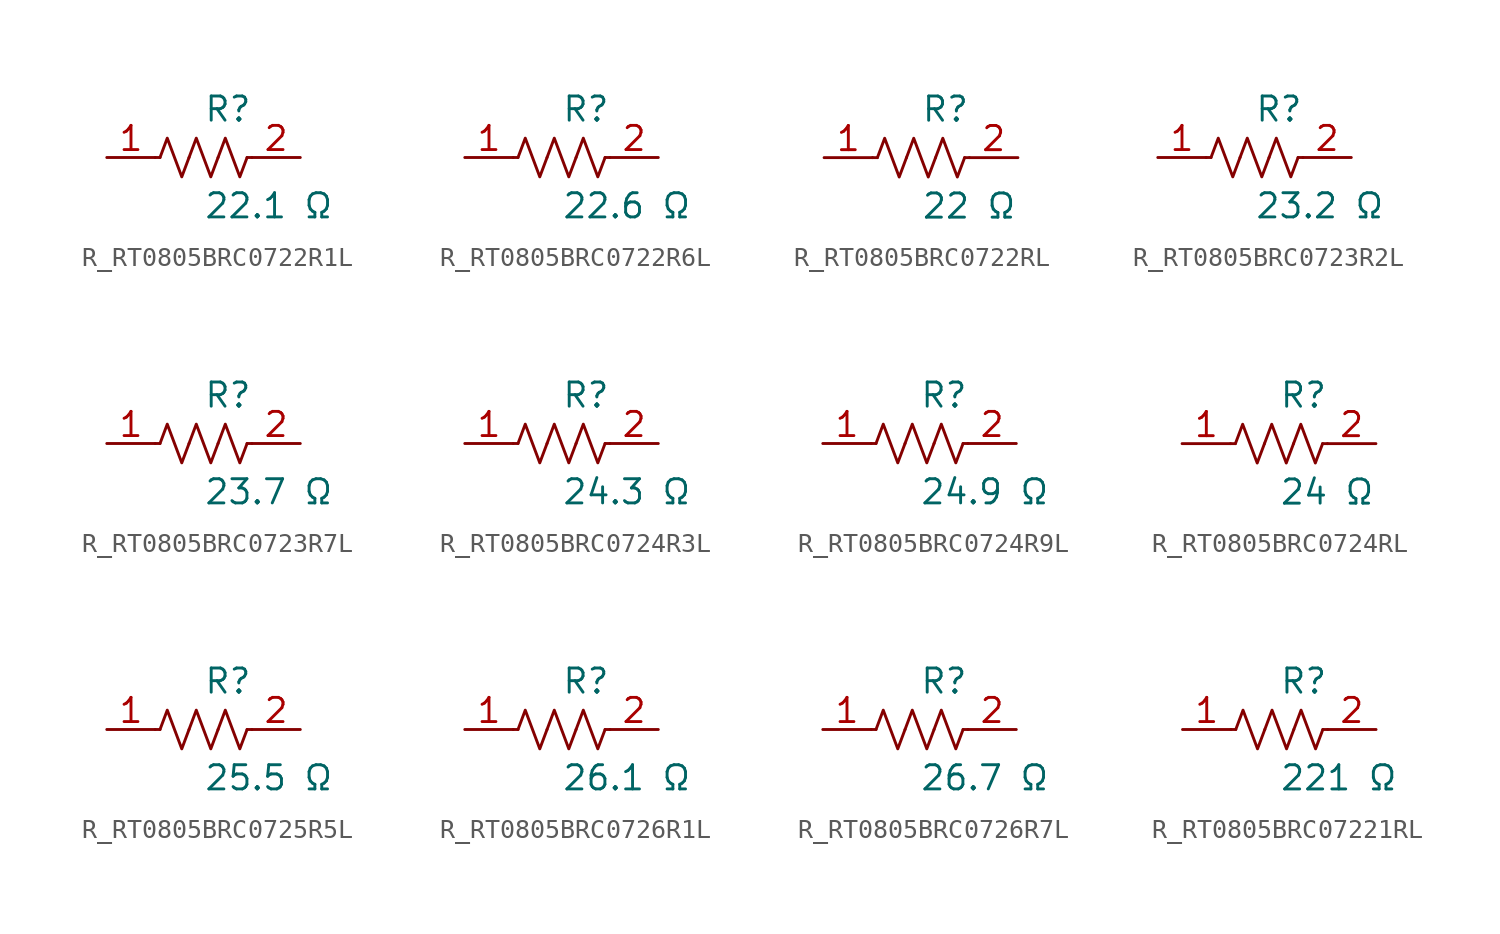
<source format=kicad_sym>
(kicad_symbol_lib
  (version 20231120)
  (generator kicad_symbol_editor)
  (generator_version 8.0)
  (symbol "R_RT0805BRC0722R1L"
    (pin_names
      (offset 0.254))
    (property "Reference" "R"
      (at 0.0 2.54 0)
      (effects (font (size 1.27 1.27)) (justify left)))
    (property "Value" "22.1 Ω"
      (at 0.0 -2.54 0)
      (effects (font (size 1.27 1.27)) (justify left)))
    (symbol "R_RT0805BRC0722R1L_0_1"
      (polyline (pts (xy 2.286 0) (xy 2.54 0)) (stroke (width 0) (type default)) (fill (type none)))
      (polyline (pts (xy -2.286 0) (xy -2.54 0)) (stroke (width 0) (type default)) (fill (type none)))
      (polyline (pts (xy 0.762 0) (xy 1.143 1.016) (xy 1.524 0) (xy 1.905 -1.016) (xy 2.286 0)) (stroke (width 0) (type default)) (fill (type none)))
      (polyline (pts (xy -0.762 0) (xy -0.381 1.016) (xy 0 0) (xy 0.381 -1.016) (xy 0.762 0)) (stroke (width 0) (type default)) (fill (type none)))
      (polyline (pts (xy -2.286 0) (xy -1.905 1.016) (xy -1.524 0) (xy -1.143 -1.016) (xy -0.762 0)) (stroke (width 0) (type default)) (fill (type none))))
    (pin unspecified line
      (at -5.08 0 0)
      (length 2.54)
      (name "" (effects (font (size 1.27 1.27))))
      (number "1" (effects (font (size 1.27 1.27)))))
    (pin unspecified line
      (at 5.08 0 180)
      (length 2.54)
      (name "" (effects (font (size 1.27 1.27))))
      (number "2" (effects (font (size 1.27 1.27))))))
  (symbol "R_RT0805BRC0722R6L"
    (pin_names
      (offset 0.254))
    (property "Reference" "R"
      (at 0.0 2.54 0)
      (effects (font (size 1.27 1.27)) (justify left)))
    (property "Value" "22.6 Ω"
      (at 0.0 -2.54 0)
      (effects (font (size 1.27 1.27)) (justify left)))
    (symbol "R_RT0805BRC0722R6L_0_1"
      (polyline (pts (xy 2.286 0) (xy 2.54 0)) (stroke (width 0) (type default)) (fill (type none)))
      (polyline (pts (xy -2.286 0) (xy -2.54 0)) (stroke (width 0) (type default)) (fill (type none)))
      (polyline (pts (xy 0.762 0) (xy 1.143 1.016) (xy 1.524 0) (xy 1.905 -1.016) (xy 2.286 0)) (stroke (width 0) (type default)) (fill (type none)))
      (polyline (pts (xy -0.762 0) (xy -0.381 1.016) (xy 0 0) (xy 0.381 -1.016) (xy 0.762 0)) (stroke (width 0) (type default)) (fill (type none)))
      (polyline (pts (xy -2.286 0) (xy -1.905 1.016) (xy -1.524 0) (xy -1.143 -1.016) (xy -0.762 0)) (stroke (width 0) (type default)) (fill (type none))))
    (pin unspecified line
      (at -5.08 0 0)
      (length 2.54)
      (name "" (effects (font (size 1.27 1.27))))
      (number "1" (effects (font (size 1.27 1.27)))))
    (pin unspecified line
      (at 5.08 0 180)
      (length 2.54)
      (name "" (effects (font (size 1.27 1.27))))
      (number "2" (effects (font (size 1.27 1.27))))))
  (symbol "R_RT0805BRC0722RL"
    (pin_names
      (offset 0.254))
    (property "Reference" "R"
      (at 0.0 2.54 0)
      (effects (font (size 1.27 1.27)) (justify left)))
    (property "Value" "22 Ω"
      (at 0.0 -2.54 0)
      (effects (font (size 1.27 1.27)) (justify left)))
    (symbol "R_RT0805BRC0722RL_0_1"
      (polyline (pts (xy 2.286 0) (xy 2.54 0)) (stroke (width 0) (type default)) (fill (type none)))
      (polyline (pts (xy -2.286 0) (xy -2.54 0)) (stroke (width 0) (type default)) (fill (type none)))
      (polyline (pts (xy 0.762 0) (xy 1.143 1.016) (xy 1.524 0) (xy 1.905 -1.016) (xy 2.286 0)) (stroke (width 0) (type default)) (fill (type none)))
      (polyline (pts (xy -0.762 0) (xy -0.381 1.016) (xy 0 0) (xy 0.381 -1.016) (xy 0.762 0)) (stroke (width 0) (type default)) (fill (type none)))
      (polyline (pts (xy -2.286 0) (xy -1.905 1.016) (xy -1.524 0) (xy -1.143 -1.016) (xy -0.762 0)) (stroke (width 0) (type default)) (fill (type none))))
    (pin unspecified line
      (at -5.08 0 0)
      (length 2.54)
      (name "" (effects (font (size 1.27 1.27))))
      (number "1" (effects (font (size 1.27 1.27)))))
    (pin unspecified line
      (at 5.08 0 180)
      (length 2.54)
      (name "" (effects (font (size 1.27 1.27))))
      (number "2" (effects (font (size 1.27 1.27))))))
  (symbol "R_RT0805BRC0723R2L"
    (pin_names
      (offset 0.254))
    (property "Reference" "R"
      (at 0.0 2.54 0)
      (effects (font (size 1.27 1.27)) (justify left)))
    (property "Value" "23.2 Ω"
      (at 0.0 -2.54 0)
      (effects (font (size 1.27 1.27)) (justify left)))
    (symbol "R_RT0805BRC0723R2L_0_1"
      (polyline (pts (xy 2.286 0) (xy 2.54 0)) (stroke (width 0) (type default)) (fill (type none)))
      (polyline (pts (xy -2.286 0) (xy -2.54 0)) (stroke (width 0) (type default)) (fill (type none)))
      (polyline (pts (xy 0.762 0) (xy 1.143 1.016) (xy 1.524 0) (xy 1.905 -1.016) (xy 2.286 0)) (stroke (width 0) (type default)) (fill (type none)))
      (polyline (pts (xy -0.762 0) (xy -0.381 1.016) (xy 0 0) (xy 0.381 -1.016) (xy 0.762 0)) (stroke (width 0) (type default)) (fill (type none)))
      (polyline (pts (xy -2.286 0) (xy -1.905 1.016) (xy -1.524 0) (xy -1.143 -1.016) (xy -0.762 0)) (stroke (width 0) (type default)) (fill (type none))))
    (pin unspecified line
      (at -5.08 0 0)
      (length 2.54)
      (name "" (effects (font (size 1.27 1.27))))
      (number "1" (effects (font (size 1.27 1.27)))))
    (pin unspecified line
      (at 5.08 0 180)
      (length 2.54)
      (name "" (effects (font (size 1.27 1.27))))
      (number "2" (effects (font (size 1.27 1.27))))))
  (symbol "R_RT0805BRC0723R7L"
    (pin_names
      (offset 0.254))
    (property "Reference" "R"
      (at 0.0 2.54 0)
      (effects (font (size 1.27 1.27)) (justify left)))
    (property "Value" "23.7 Ω"
      (at 0.0 -2.54 0)
      (effects (font (size 1.27 1.27)) (justify left)))
    (symbol "R_RT0805BRC0723R7L_0_1"
      (polyline (pts (xy 2.286 0) (xy 2.54 0)) (stroke (width 0) (type default)) (fill (type none)))
      (polyline (pts (xy -2.286 0) (xy -2.54 0)) (stroke (width 0) (type default)) (fill (type none)))
      (polyline (pts (xy 0.762 0) (xy 1.143 1.016) (xy 1.524 0) (xy 1.905 -1.016) (xy 2.286 0)) (stroke (width 0) (type default)) (fill (type none)))
      (polyline (pts (xy -0.762 0) (xy -0.381 1.016) (xy 0 0) (xy 0.381 -1.016) (xy 0.762 0)) (stroke (width 0) (type default)) (fill (type none)))
      (polyline (pts (xy -2.286 0) (xy -1.905 1.016) (xy -1.524 0) (xy -1.143 -1.016) (xy -0.762 0)) (stroke (width 0) (type default)) (fill (type none))))
    (pin unspecified line
      (at -5.08 0 0)
      (length 2.54)
      (name "" (effects (font (size 1.27 1.27))))
      (number "1" (effects (font (size 1.27 1.27)))))
    (pin unspecified line
      (at 5.08 0 180)
      (length 2.54)
      (name "" (effects (font (size 1.27 1.27))))
      (number "2" (effects (font (size 1.27 1.27))))))
  (symbol "R_RT0805BRC0724R3L"
    (pin_names
      (offset 0.254))
    (property "Reference" "R"
      (at 0.0 2.54 0)
      (effects (font (size 1.27 1.27)) (justify left)))
    (property "Value" "24.3 Ω"
      (at 0.0 -2.54 0)
      (effects (font (size 1.27 1.27)) (justify left)))
    (symbol "R_RT0805BRC0724R3L_0_1"
      (polyline (pts (xy 2.286 0) (xy 2.54 0)) (stroke (width 0) (type default)) (fill (type none)))
      (polyline (pts (xy -2.286 0) (xy -2.54 0)) (stroke (width 0) (type default)) (fill (type none)))
      (polyline (pts (xy 0.762 0) (xy 1.143 1.016) (xy 1.524 0) (xy 1.905 -1.016) (xy 2.286 0)) (stroke (width 0) (type default)) (fill (type none)))
      (polyline (pts (xy -0.762 0) (xy -0.381 1.016) (xy 0 0) (xy 0.381 -1.016) (xy 0.762 0)) (stroke (width 0) (type default)) (fill (type none)))
      (polyline (pts (xy -2.286 0) (xy -1.905 1.016) (xy -1.524 0) (xy -1.143 -1.016) (xy -0.762 0)) (stroke (width 0) (type default)) (fill (type none))))
    (pin unspecified line
      (at -5.08 0 0)
      (length 2.54)
      (name "" (effects (font (size 1.27 1.27))))
      (number "1" (effects (font (size 1.27 1.27)))))
    (pin unspecified line
      (at 5.08 0 180)
      (length 2.54)
      (name "" (effects (font (size 1.27 1.27))))
      (number "2" (effects (font (size 1.27 1.27))))))
  (symbol "R_RT0805BRC0724R9L"
    (pin_names
      (offset 0.254))
    (property "Reference" "R"
      (at 0.0 2.54 0)
      (effects (font (size 1.27 1.27)) (justify left)))
    (property "Value" "24.9 Ω"
      (at 0.0 -2.54 0)
      (effects (font (size 1.27 1.27)) (justify left)))
    (symbol "R_RT0805BRC0724R9L_0_1"
      (polyline (pts (xy 2.286 0) (xy 2.54 0)) (stroke (width 0) (type default)) (fill (type none)))
      (polyline (pts (xy -2.286 0) (xy -2.54 0)) (stroke (width 0) (type default)) (fill (type none)))
      (polyline (pts (xy 0.762 0) (xy 1.143 1.016) (xy 1.524 0) (xy 1.905 -1.016) (xy 2.286 0)) (stroke (width 0) (type default)) (fill (type none)))
      (polyline (pts (xy -0.762 0) (xy -0.381 1.016) (xy 0 0) (xy 0.381 -1.016) (xy 0.762 0)) (stroke (width 0) (type default)) (fill (type none)))
      (polyline (pts (xy -2.286 0) (xy -1.905 1.016) (xy -1.524 0) (xy -1.143 -1.016) (xy -0.762 0)) (stroke (width 0) (type default)) (fill (type none))))
    (pin unspecified line
      (at -5.08 0 0)
      (length 2.54)
      (name "" (effects (font (size 1.27 1.27))))
      (number "1" (effects (font (size 1.27 1.27)))))
    (pin unspecified line
      (at 5.08 0 180)
      (length 2.54)
      (name "" (effects (font (size 1.27 1.27))))
      (number "2" (effects (font (size 1.27 1.27))))))
  (symbol "R_RT0805BRC0724RL"
    (pin_names
      (offset 0.254))
    (property "Reference" "R"
      (at 0.0 2.54 0)
      (effects (font (size 1.27 1.27)) (justify left)))
    (property "Value" "24 Ω"
      (at 0.0 -2.54 0)
      (effects (font (size 1.27 1.27)) (justify left)))
    (symbol "R_RT0805BRC0724RL_0_1"
      (polyline (pts (xy 2.286 0) (xy 2.54 0)) (stroke (width 0) (type default)) (fill (type none)))
      (polyline (pts (xy -2.286 0) (xy -2.54 0)) (stroke (width 0) (type default)) (fill (type none)))
      (polyline (pts (xy 0.762 0) (xy 1.143 1.016) (xy 1.524 0) (xy 1.905 -1.016) (xy 2.286 0)) (stroke (width 0) (type default)) (fill (type none)))
      (polyline (pts (xy -0.762 0) (xy -0.381 1.016) (xy 0 0) (xy 0.381 -1.016) (xy 0.762 0)) (stroke (width 0) (type default)) (fill (type none)))
      (polyline (pts (xy -2.286 0) (xy -1.905 1.016) (xy -1.524 0) (xy -1.143 -1.016) (xy -0.762 0)) (stroke (width 0) (type default)) (fill (type none))))
    (pin unspecified line
      (at -5.08 0 0)
      (length 2.54)
      (name "" (effects (font (size 1.27 1.27))))
      (number "1" (effects (font (size 1.27 1.27)))))
    (pin unspecified line
      (at 5.08 0 180)
      (length 2.54)
      (name "" (effects (font (size 1.27 1.27))))
      (number "2" (effects (font (size 1.27 1.27))))))
  (symbol "R_RT0805BRC0725R5L"
    (pin_names
      (offset 0.254))
    (property "Reference" "R"
      (at 0.0 2.54 0)
      (effects (font (size 1.27 1.27)) (justify left)))
    (property "Value" "25.5 Ω"
      (at 0.0 -2.54 0)
      (effects (font (size 1.27 1.27)) (justify left)))
    (symbol "R_RT0805BRC0725R5L_0_1"
      (polyline (pts (xy 2.286 0) (xy 2.54 0)) (stroke (width 0) (type default)) (fill (type none)))
      (polyline (pts (xy -2.286 0) (xy -2.54 0)) (stroke (width 0) (type default)) (fill (type none)))
      (polyline (pts (xy 0.762 0) (xy 1.143 1.016) (xy 1.524 0) (xy 1.905 -1.016) (xy 2.286 0)) (stroke (width 0) (type default)) (fill (type none)))
      (polyline (pts (xy -0.762 0) (xy -0.381 1.016) (xy 0 0) (xy 0.381 -1.016) (xy 0.762 0)) (stroke (width 0) (type default)) (fill (type none)))
      (polyline (pts (xy -2.286 0) (xy -1.905 1.016) (xy -1.524 0) (xy -1.143 -1.016) (xy -0.762 0)) (stroke (width 0) (type default)) (fill (type none))))
    (pin unspecified line
      (at -5.08 0 0)
      (length 2.54)
      (name "" (effects (font (size 1.27 1.27))))
      (number "1" (effects (font (size 1.27 1.27)))))
    (pin unspecified line
      (at 5.08 0 180)
      (length 2.54)
      (name "" (effects (font (size 1.27 1.27))))
      (number "2" (effects (font (size 1.27 1.27))))))
  (symbol "R_RT0805BRC0726R1L"
    (pin_names
      (offset 0.254))
    (property "Reference" "R"
      (at 0.0 2.54 0)
      (effects (font (size 1.27 1.27)) (justify left)))
    (property "Value" "26.1 Ω"
      (at 0.0 -2.54 0)
      (effects (font (size 1.27 1.27)) (justify left)))
    (symbol "R_RT0805BRC0726R1L_0_1"
      (polyline (pts (xy 2.286 0) (xy 2.54 0)) (stroke (width 0) (type default)) (fill (type none)))
      (polyline (pts (xy -2.286 0) (xy -2.54 0)) (stroke (width 0) (type default)) (fill (type none)))
      (polyline (pts (xy 0.762 0) (xy 1.143 1.016) (xy 1.524 0) (xy 1.905 -1.016) (xy 2.286 0)) (stroke (width 0) (type default)) (fill (type none)))
      (polyline (pts (xy -0.762 0) (xy -0.381 1.016) (xy 0 0) (xy 0.381 -1.016) (xy 0.762 0)) (stroke (width 0) (type default)) (fill (type none)))
      (polyline (pts (xy -2.286 0) (xy -1.905 1.016) (xy -1.524 0) (xy -1.143 -1.016) (xy -0.762 0)) (stroke (width 0) (type default)) (fill (type none))))
    (pin unspecified line
      (at -5.08 0 0)
      (length 2.54)
      (name "" (effects (font (size 1.27 1.27))))
      (number "1" (effects (font (size 1.27 1.27)))))
    (pin unspecified line
      (at 5.08 0 180)
      (length 2.54)
      (name "" (effects (font (size 1.27 1.27))))
      (number "2" (effects (font (size 1.27 1.27))))))
  (symbol "R_RT0805BRC0726R7L"
    (pin_names
      (offset 0.254))
    (property "Reference" "R"
      (at 0.0 2.54 0)
      (effects (font (size 1.27 1.27)) (justify left)))
    (property "Value" "26.7 Ω"
      (at 0.0 -2.54 0)
      (effects (font (size 1.27 1.27)) (justify left)))
    (symbol "R_RT0805BRC0726R7L_0_1"
      (polyline (pts (xy 2.286 0) (xy 2.54 0)) (stroke (width 0) (type default)) (fill (type none)))
      (polyline (pts (xy -2.286 0) (xy -2.54 0)) (stroke (width 0) (type default)) (fill (type none)))
      (polyline (pts (xy 0.762 0) (xy 1.143 1.016) (xy 1.524 0) (xy 1.905 -1.016) (xy 2.286 0)) (stroke (width 0) (type default)) (fill (type none)))
      (polyline (pts (xy -0.762 0) (xy -0.381 1.016) (xy 0 0) (xy 0.381 -1.016) (xy 0.762 0)) (stroke (width 0) (type default)) (fill (type none)))
      (polyline (pts (xy -2.286 0) (xy -1.905 1.016) (xy -1.524 0) (xy -1.143 -1.016) (xy -0.762 0)) (stroke (width 0) (type default)) (fill (type none))))
    (pin unspecified line
      (at -5.08 0 0)
      (length 2.54)
      (name "" (effects (font (size 1.27 1.27))))
      (number "1" (effects (font (size 1.27 1.27)))))
    (pin unspecified line
      (at 5.08 0 180)
      (length 2.54)
      (name "" (effects (font (size 1.27 1.27))))
      (number "2" (effects (font (size 1.27 1.27))))))
  (symbol "R_RT0805BRC07221RL"
    (pin_names
      (offset 0.254))
    (property "Reference" "R"
      (at 0.0 2.54 0)
      (effects (font (size 1.27 1.27)) (justify left)))
    (property "Value" "221 Ω"
      (at 0.0 -2.54 0)
      (effects (font (size 1.27 1.27)) (justify left)))
    (symbol "R_RT0805BRC07221RL_0_1"
      (polyline (pts (xy 2.286 0) (xy 2.54 0)) (stroke (width 0) (type default)) (fill (type none)))
      (polyline (pts (xy -2.286 0) (xy -2.54 0)) (stroke (width 0) (type default)) (fill (type none)))
      (polyline (pts (xy 0.762 0) (xy 1.143 1.016) (xy 1.524 0) (xy 1.905 -1.016) (xy 2.286 0)) (stroke (width 0) (type default)) (fill (type none)))
      (polyline (pts (xy -0.762 0) (xy -0.381 1.016) (xy 0 0) (xy 0.381 -1.016) (xy 0.762 0)) (stroke (width 0) (type default)) (fill (type none)))
      (polyline (pts (xy -2.286 0) (xy -1.905 1.016) (xy -1.524 0) (xy -1.143 -1.016) (xy -0.762 0)) (stroke (width 0) (type default)) (fill (type none))))
    (pin unspecified line
      (at -5.08 0 0)
      (length 2.54)
      (name "" (effects (font (size 1.27 1.27))))
      (number "1" (effects (font (size 1.27 1.27)))))
    (pin unspecified line
      (at 5.08 0 180)
      (length 2.54)
      (name "" (effects (font (size 1.27 1.27))))
      (number "2" (effects (font (size 1.27 1.27)))))))
</source>
